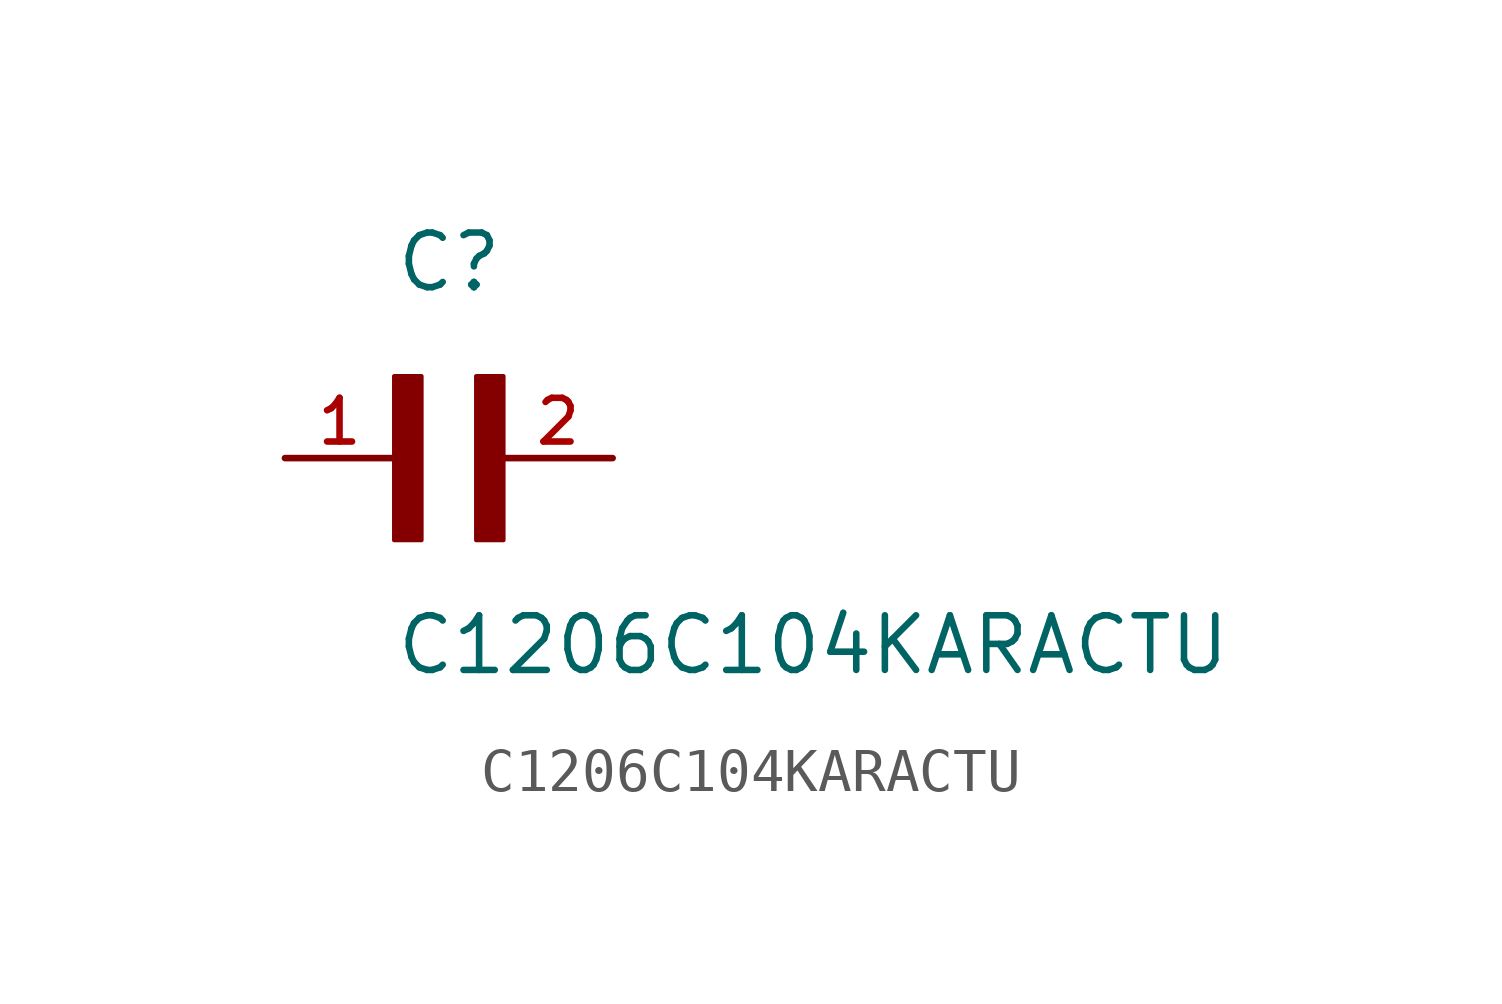
<source format=kicad_sym>
(kicad_symbol_lib
  (version 20211014)
  (generator kicad_symbol_editor)
  (symbol "C1206C104KARACTU"
    (pin_names
      (offset 1.016))
    (property "Reference" "C"
      (at 0.0 3.811 0)
      (effects (font (size 1.27 1.27)) (justify bottom left)))
    (property "Value" "C1206C104KARACTU"
      (at 0.0 -5.088 0)
      (effects (font (size 1.27 1.27)) (justify bottom left)))
    (symbol "C1206C104KARACTU_0_0"
      (rectangle (start 0.0 -1.907) (end 0.635 1.905) (stroke (width 0.1)) (fill (type outline)))
      (rectangle (start 1.907 -1.907) (end 2.54 1.905) (stroke (width 0.1)) (fill (type outline)))
      (pin passive line (at 5.08 0.0 180.0) (length 2.54) (name "~" (effects (font (size 1.016 1.016)))) (number "2" (effects (font (size 1.016 1.016)))))
      (pin passive line (at -2.54 0.0 0) (length 2.54) (name "~" (effects (font (size 1.016 1.016)))) (number "1" (effects (font (size 1.016 1.016))))))))
</source>
